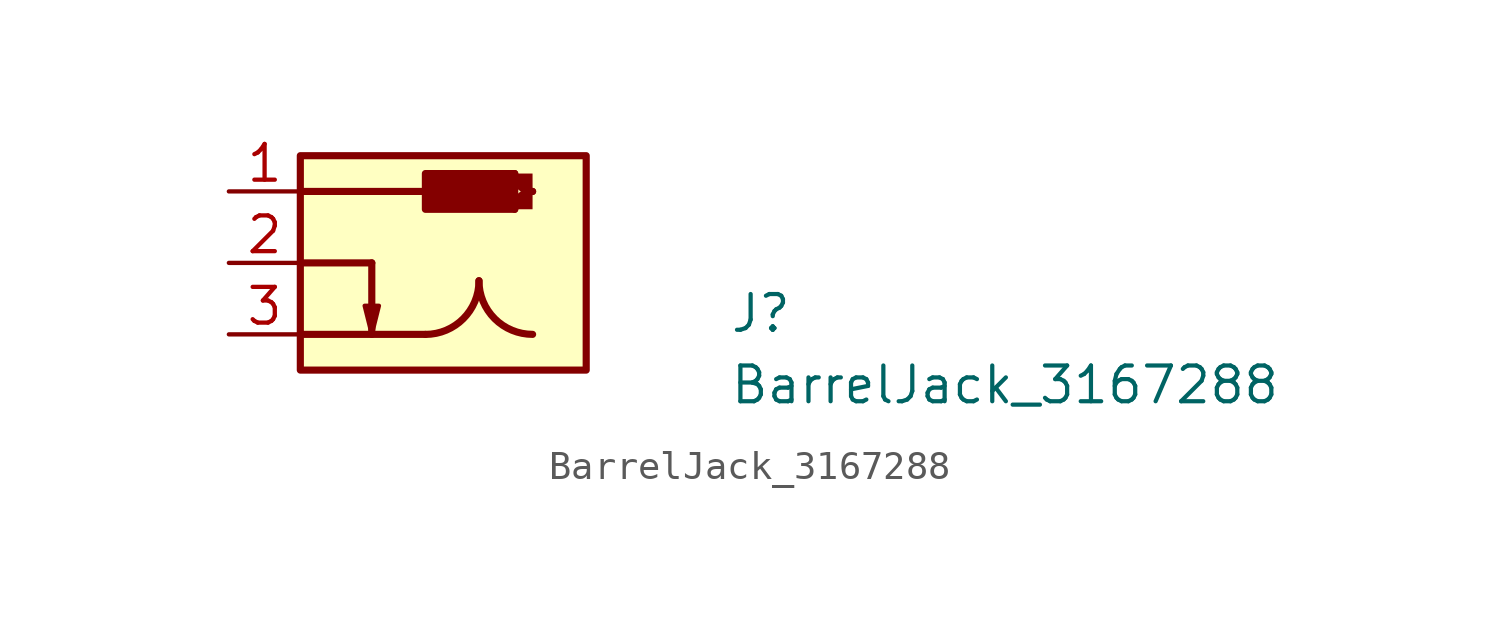
<source format=kicad_sym>
(kicad_symbol_lib
  (version 20211014)
  (generator kicad_symbol_editor)
  (symbol "BarrelJack_3167288"
    (pin_names hide)
    (property "Reference" "J"
      (at 17.78 -5.08 0)
      (effects (font (size 1.27 1.27) (thickness 0.15)) (justify left bottom)))
    (property "Value" "BarrelJack_3167288"
      (at 17.78 -7.62 0)
      (effects (font (size 1.27 1.27) (thickness 0.15)) (justify left bottom)))
    (symbol "BarrelJack_3167288_0_1"
      (polyline (pts (xy 5.08 -5.08) (xy 5.334 -4.064) (xy 4.826 -4.064) (xy 5.08 -5.08)) (stroke (width 0) (type default) (color 0 0 0 0)) (fill (type outline))))
    (symbol "BarrelJack_3167288_1_1"
      (polyline (pts (xy 2.54 -5.08) (xy 6.985 -5.08)) (stroke (width 0.254) (type default) (color 0 0 0 0)) (fill (type background)))
      (polyline (pts (xy 2.54 -2.54) (xy 5.08 -2.54)) (stroke (width 0.254) (type default) (color 0 0 0 0)) (fill (type background)))
      (polyline (pts (xy 2.54 0) (xy 6.985 0)) (stroke (width 0.254) (type default) (color 0 0 0 0)) (fill (type background)))
      (polyline (pts (xy 5.08 -2.54) (xy 5.08 -5.08)) (stroke (width 0.254) (type default) (color 0 0 0 0)) (fill (type background)))
      (rectangle (start 2.54 -6.35) (end 12.7 1.27) (stroke (width 0.254) (type default) (color 0 0 0 0)) (fill (type background)))
      (arc (start 6.985 -5.08) (mid 10.237 -6.427) (end 8.89 -3.175) (stroke (width 0.254) (type default) (color 0 0 0 0)) (fill (type none)))
      (rectangle (start 6.985 0.635) (end 10.16 -0.635) (stroke (width 0.254) (type default) (color 0 0 0 0)) (fill (type outline)))
      (arc (start 8.89 -3.175) (mid 7.543 -6.427) (end 10.795 -5.08) (stroke (width 0.254) (type default) (color 0 0 0 0)) (fill (type none)))
      (arc (start 10.16 0.635) (mid 9.711 -0.449) (end 10.795 0) (stroke (width 0.254) (type default) (color 0 0 0 0)) (fill (type outline)))
      (arc (start 10.795 0) (mid 9.711 0.449) (end 10.16 -0.635) (stroke (width 0.254) (type default) (color 0 0 0 0)) (fill (type outline)))
      (pin passive line (at 0 0 0) (length 2.54) (name "1" (effects (font (size 1.27 1.27)))) (number "1" (effects (font (size 1.27 1.27)))))
      (pin passive line (at 0 -2.54 0) (length 2.54) (name "2" (effects (font (size 1.27 1.27)))) (number "2" (effects (font (size 1.27 1.27)))))
      (pin passive line (at 0 -5.08 0) (length 2.54) (name "3" (effects (font (size 1.27 1.27)))) (number "3" (effects (font (size 1.27 1.27))))))))
</source>
